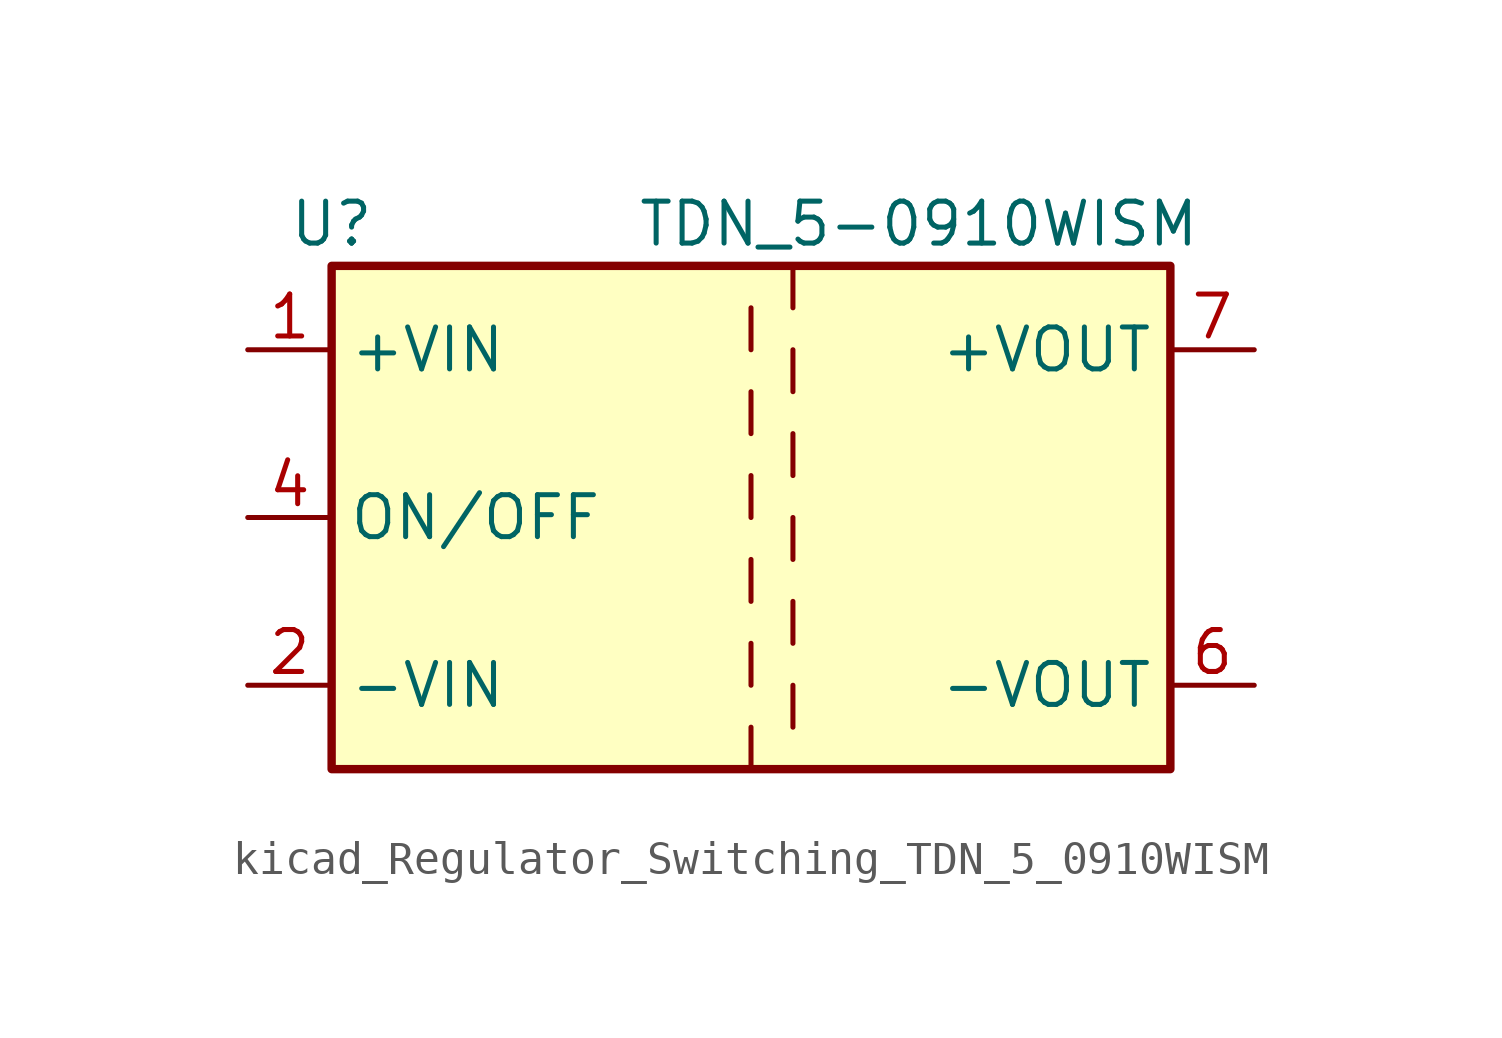
<source format=kicad_sym>
(kicad_symbol_lib
  (version 20220914)
  (generator kicad_symbol_editor)
  (symbol "kicad_Regulator_Switching_TDN_5_0910WISM"
    (property "Reference" "U"
      (at -12.7 8.89 0)
      (effects (font (size 1.27 1.27))))
    (property "Value" "TDN_5-0910WISM"
      (at 5.08 8.89 0)
      (effects (font (size 1.27 1.27))))
    (symbol "kicad_Regulator_Switching_TDN_5_0910WISM_0_1"
      (rectangle (start -12.7 7.62) (end 12.7 -7.62) (stroke (width 0.254) (type default)) (fill (type background))))
    (symbol "kicad_Regulator_Switching_TDN_5_0910WISM_1_1"
      (polyline (pts (xy 0 -6.35) (xy 0 -7.62)) (stroke (width 0) (type default)) (fill (type none)))
      (polyline (pts (xy 0 -3.81) (xy 0 -5.08)) (stroke (width 0) (type default)) (fill (type none)))
      (polyline (pts (xy 0 -1.27) (xy 0 -2.54)) (stroke (width 0) (type default)) (fill (type none)))
      (polyline (pts (xy 0 1.27) (xy 0 0)) (stroke (width 0) (type default)) (fill (type none)))
      (polyline (pts (xy 0 3.81) (xy 0 2.54)) (stroke (width 0) (type default)) (fill (type none)))
      (polyline (pts (xy 0 6.35) (xy 0 5.08)) (stroke (width 0) (type default)) (fill (type none)))
      (polyline (pts (xy 1.27 -5.08) (xy 1.27 -6.35)) (stroke (width 0) (type default)) (fill (type none)))
      (polyline (pts (xy 1.27 -2.54) (xy 1.27 -3.81)) (stroke (width 0) (type default)) (fill (type none)))
      (polyline (pts (xy 1.27 0) (xy 1.27 -1.27)) (stroke (width 0) (type default)) (fill (type none)))
      (polyline (pts (xy 1.27 2.54) (xy 1.27 1.27)) (stroke (width 0) (type default)) (fill (type none)))
      (polyline (pts (xy 1.27 5.08) (xy 1.27 3.81)) (stroke (width 0) (type default)) (fill (type none)))
      (polyline (pts (xy 1.27 7.62) (xy 1.27 6.35)) (stroke (width 0) (type default)) (fill (type none)))
      (pin power_in line (at -15.24 5.08 0) (length 2.54) (name "+VIN" (effects (font (size 1.27 1.27)))) (number "1" (effects (font (size 1.27 1.27)))))
      (pin power_in line (at -15.24 -5.08 0) (length 2.54) (name "-VIN" (effects (font (size 1.27 1.27)))) (number "2" (effects (font (size 1.27 1.27)))))
      (pin input line (at -15.24 0 0) (length 2.54) (name "ON/OFF" (effects (font (size 1.27 1.27)))) (number "4" (effects (font (size 1.27 1.27)))))
      (pin no_connect line (at 12.7 2.54 180) (length 2.54) hide (name "NC" (effects (font (size 1.27 1.27)))) (number "5" (effects (font (size 1.27 1.27)))))
      (pin power_out line (at 15.24 -5.08 180) (length 2.54) (name "-VOUT" (effects (font (size 1.27 1.27)))) (number "6" (effects (font (size 1.27 1.27)))))
      (pin power_out line (at 15.24 5.08 180) (length 2.54) (name "+VOUT" (effects (font (size 1.27 1.27)))) (number "7" (effects (font (size 1.27 1.27))))))))
</source>
